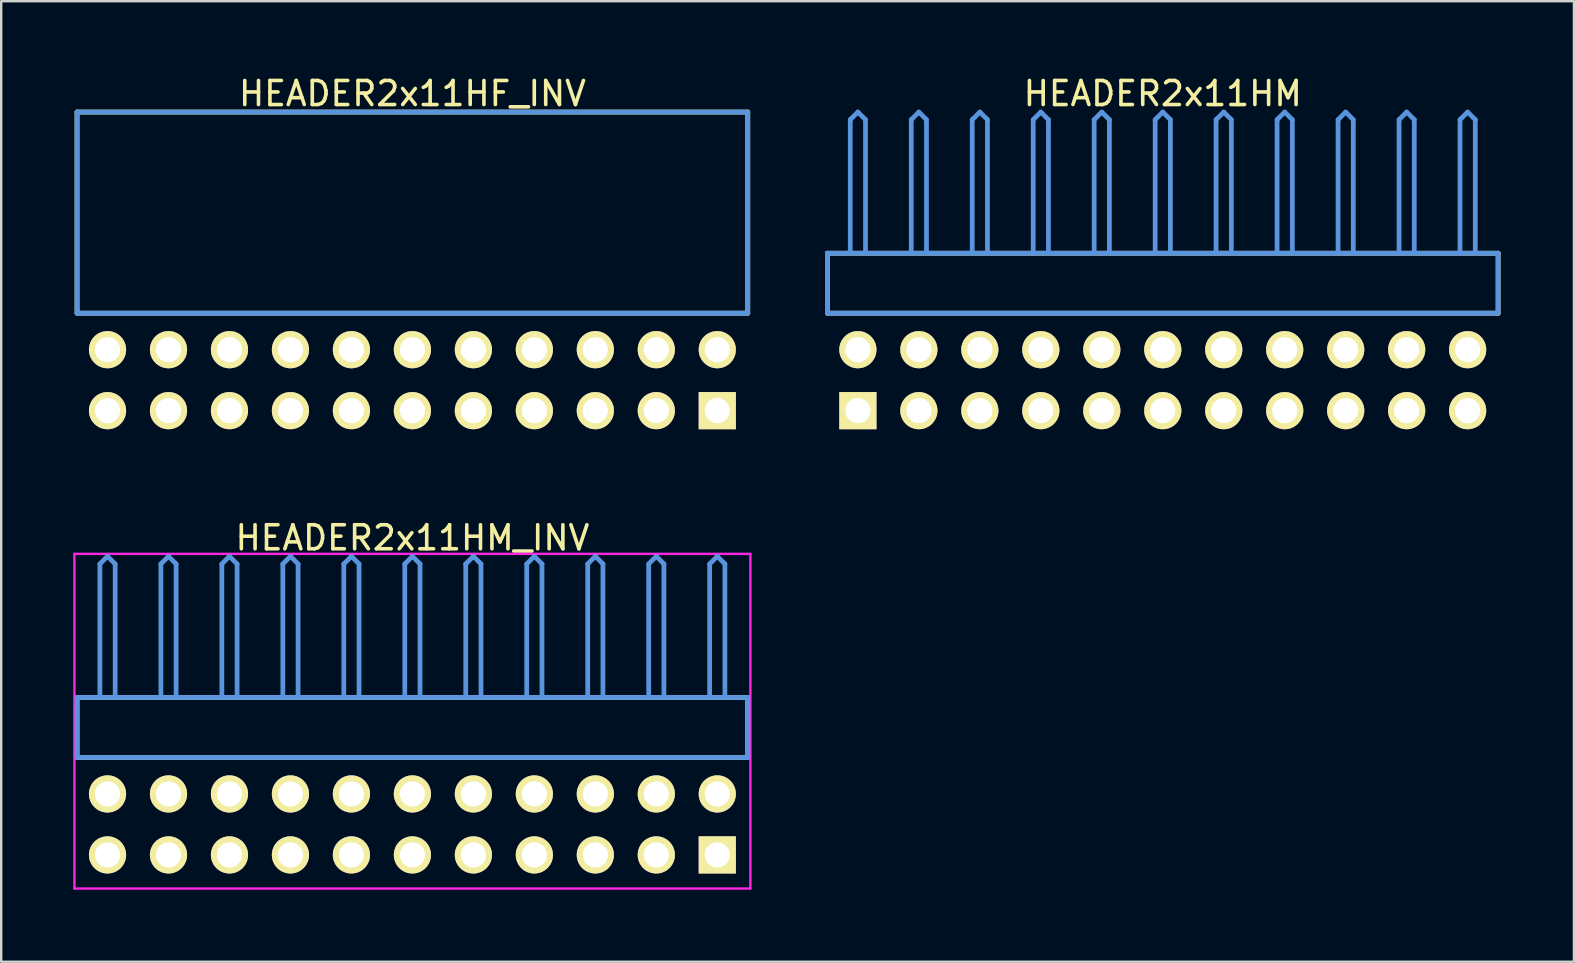
<source format=kicad_pcb>
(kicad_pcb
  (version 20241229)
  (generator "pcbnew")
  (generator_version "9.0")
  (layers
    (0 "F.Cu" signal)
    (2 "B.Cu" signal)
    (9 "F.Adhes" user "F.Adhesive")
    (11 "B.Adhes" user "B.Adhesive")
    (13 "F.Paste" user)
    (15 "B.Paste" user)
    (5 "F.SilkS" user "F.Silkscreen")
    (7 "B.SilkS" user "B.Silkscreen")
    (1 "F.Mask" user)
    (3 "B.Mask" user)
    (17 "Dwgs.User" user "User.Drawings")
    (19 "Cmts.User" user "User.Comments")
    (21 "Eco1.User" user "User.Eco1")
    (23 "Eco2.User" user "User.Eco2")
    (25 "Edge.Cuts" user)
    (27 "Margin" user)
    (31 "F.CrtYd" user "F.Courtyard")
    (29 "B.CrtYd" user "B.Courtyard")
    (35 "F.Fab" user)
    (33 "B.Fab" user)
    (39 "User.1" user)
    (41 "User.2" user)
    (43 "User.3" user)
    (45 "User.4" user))
  (footprint "HEADER2x11HM"
    (layer "F.Cu")
    (at 32.686 14.056)
    (property "Reference" "HEADER2x11HM" (at 12.7 -13.208 0) (layer "F.SilkS") (effects (font (size 1.001 1.001) (thickness 0.15))))
    (attr through_hole)
    (fp_line (start -1.27 -6.558) (end -1.27 -4.059) (stroke (width 0.198) (type solid)) (layer "F.SilkS"))
    (fp_line (start -1.27 -4.059) (end 26.67 -4.059) (stroke (width 0.198) (type solid)) (layer "F.SilkS"))
    (fp_line (start 26.67 -6.558) (end -1.27 -6.558) (stroke (width 0.198) (type solid)) (layer "F.SilkS"))
    (fp_line (start 26.67 -4.059) (end 26.67 -6.558) (stroke (width 0.198) (type solid)) (layer "F.SilkS"))
    (fp_line (start -1.27 -6.558) (end -1.27 -4.059) (stroke (width 0.198) (type solid)) (layer "Cmts.User"))
    (fp_line (start -1.27 -4.059) (end 26.67 -4.059) (stroke (width 0.198) (type solid)) (layer "Cmts.User"))
    (fp_line (start -0.318 -12.121) (end 0 -12.438) (stroke (width 0.198) (type solid)) (layer "Cmts.User"))
    (fp_line (start -0.318 -6.599) (end -0.318 -12.121) (stroke (width 0.198) (type solid)) (layer "Cmts.User"))
    (fp_line (start 0.318 -12.121) (end 0 -12.438) (stroke (width 0.198) (type solid)) (layer "Cmts.User"))
    (fp_line (start 0.318 -6.599) (end 0.318 -12.121) (stroke (width 0.198) (type solid)) (layer "Cmts.User"))
    (fp_line (start 2.223 -12.121) (end 2.54 -12.438) (stroke (width 0.198) (type solid)) (layer "Cmts.User"))
    (fp_line (start 2.223 -6.599) (end 2.223 -12.121) (stroke (width 0.198) (type solid)) (layer "Cmts.User"))
    (fp_line (start 2.857 -12.121) (end 2.54 -12.438) (stroke (width 0.198) (type solid)) (layer "Cmts.User"))
    (fp_line (start 2.857 -6.599) (end 2.857 -12.121) (stroke (width 0.198) (type solid)) (layer "Cmts.User"))
    (fp_line (start 4.763 -12.121) (end 5.08 -12.438) (stroke (width 0.198) (type solid)) (layer "Cmts.User"))
    (fp_line (start 4.763 -6.599) (end 4.763 -12.121) (stroke (width 0.198) (type solid)) (layer "Cmts.User"))
    (fp_line (start 5.397 -12.121) (end 5.08 -12.438) (stroke (width 0.198) (type solid)) (layer "Cmts.User"))
    (fp_line (start 5.397 -6.599) (end 5.397 -12.121) (stroke (width 0.198) (type solid)) (layer "Cmts.User"))
    (fp_line (start 7.303 -12.121) (end 7.62 -12.438) (stroke (width 0.198) (type solid)) (layer "Cmts.User"))
    (fp_line (start 7.303 -6.599) (end 7.303 -12.121) (stroke (width 0.198) (type solid)) (layer "Cmts.User"))
    (fp_line (start 7.938 -12.121) (end 7.62 -12.438) (stroke (width 0.198) (type solid)) (layer "Cmts.User"))
    (fp_line (start 7.938 -6.599) (end 7.938 -12.121) (stroke (width 0.198) (type solid)) (layer "Cmts.User"))
    (fp_line (start 9.842 -12.121) (end 10.16 -12.438) (stroke (width 0.198) (type solid)) (layer "Cmts.User"))
    (fp_line (start 9.842 -6.599) (end 9.842 -12.121) (stroke (width 0.198) (type solid)) (layer "Cmts.User"))
    (fp_line (start 10.477 -12.121) (end 10.16 -12.438) (stroke (width 0.198) (type solid)) (layer "Cmts.User"))
    (fp_line (start 10.477 -6.599) (end 10.477 -12.121) (stroke (width 0.198) (type solid)) (layer "Cmts.User"))
    (fp_line (start 12.383 -12.121) (end 12.7 -12.438) (stroke (width 0.198) (type solid)) (layer "Cmts.User"))
    (fp_line (start 12.383 -6.599) (end 12.383 -12.121) (stroke (width 0.198) (type solid)) (layer "Cmts.User"))
    (fp_line (start 13.018 -12.121) (end 12.7 -12.438) (stroke (width 0.198) (type solid)) (layer "Cmts.User"))
    (fp_line (start 13.018 -6.599) (end 13.018 -12.121) (stroke (width 0.198) (type solid)) (layer "Cmts.User"))
    (fp_line (start 14.922 -12.121) (end 15.24 -12.438) (stroke (width 0.198) (type solid)) (layer "Cmts.User"))
    (fp_line (start 14.922 -6.599) (end 14.922 -12.121) (stroke (width 0.198) (type solid)) (layer "Cmts.User"))
    (fp_line (start 15.557 -12.121) (end 15.24 -12.438) (stroke (width 0.198) (type solid)) (layer "Cmts.User"))
    (fp_line (start 15.557 -6.599) (end 15.557 -12.121) (stroke (width 0.198) (type solid)) (layer "Cmts.User"))
    (fp_line (start 17.462 -12.121) (end 17.78 -12.438) (stroke (width 0.198) (type solid)) (layer "Cmts.User"))
    (fp_line (start 17.462 -6.599) (end 17.462 -12.121) (stroke (width 0.198) (type solid)) (layer "Cmts.User"))
    (fp_line (start 18.098 -12.121) (end 17.78 -12.438) (stroke (width 0.198) (type solid)) (layer "Cmts.User"))
    (fp_line (start 18.098 -6.599) (end 18.098 -12.121) (stroke (width 0.198) (type solid)) (layer "Cmts.User"))
    (fp_line (start 20.003 -12.121) (end 20.32 -12.438) (stroke (width 0.198) (type solid)) (layer "Cmts.User"))
    (fp_line (start 20.003 -6.599) (end 20.003 -12.121) (stroke (width 0.198) (type solid)) (layer "Cmts.User"))
    (fp_line (start 20.637 -12.121) (end 20.32 -12.438) (stroke (width 0.198) (type solid)) (layer "Cmts.User"))
    (fp_line (start 20.637 -6.599) (end 20.637 -12.121) (stroke (width 0.198) (type solid)) (layer "Cmts.User"))
    (fp_line (start 22.543 -12.121) (end 22.86 -12.438) (stroke (width 0.198) (type solid)) (layer "Cmts.User"))
    (fp_line (start 22.543 -6.599) (end 22.543 -12.121) (stroke (width 0.198) (type solid)) (layer "Cmts.User"))
    (fp_line (start 23.177 -12.121) (end 22.86 -12.438) (stroke (width 0.198) (type solid)) (layer "Cmts.User"))
    (fp_line (start 23.177 -6.599) (end 23.177 -12.121) (stroke (width 0.198) (type solid)) (layer "Cmts.User"))
    (fp_line (start 25.082 -12.121) (end 25.4 -12.438) (stroke (width 0.198) (type solid)) (layer "Cmts.User"))
    (fp_line (start 25.082 -6.599) (end 25.082 -12.121) (stroke (width 0.198) (type solid)) (layer "Cmts.User"))
    (fp_line (start 25.718 -12.121) (end 25.4 -12.438) (stroke (width 0.198) (type solid)) (layer "Cmts.User"))
    (fp_line (start 25.718 -6.599) (end 25.718 -12.121) (stroke (width 0.198) (type solid)) (layer "Cmts.User"))
    (fp_line (start 26.67 -6.558) (end -1.27 -6.558) (stroke (width 0.198) (type solid)) (layer "Cmts.User"))
    (fp_line (start 26.67 -4.059) (end 26.67 -6.558) (stroke (width 0.198) (type solid)) (layer "Cmts.User"))
    (fp_line (start -1.379 -12.54) (end 26.779 -12.54) (stroke (width 0.099) (type solid)) (layer "Eco1.User"))
    (fp_line (start -1.379 1.4) (end -1.379 -12.54) (stroke (width 0.099) (type solid)) (layer "Eco1.User"))
    (fp_line (start 26.779 -12.54) (end 26.779 1.4) (stroke (width 0.099) (type solid)) (layer "Eco1.User"))
    (fp_line (start 26.779 1.4) (end -1.379 1.4) (stroke (width 0.099) (type solid)) (layer "Eco1.User"))
    (pad "1" thru_hole rect (at 0 0) (size 1.549 1.549) (drill 1.049) (layers "*.Cu" "*.Mask" "F.SilkS"))
    (pad "2" thru_hole circle (at 0 -2.54) (size 1.549 1.549) (drill 1.049) (layers "*.Cu" "*.Mask" "F.SilkS"))
    (pad "3" thru_hole circle (at 2.54 0) (size 1.549 1.549) (drill 1.049) (layers "*.Cu" "*.Mask" "F.SilkS"))
    (pad "4" thru_hole circle (at 2.54 -2.54) (size 1.549 1.549) (drill 1.049) (layers "*.Cu" "*.Mask" "F.SilkS"))
    (pad "5" thru_hole circle (at 5.08 0) (size 1.549 1.549) (drill 1.049) (layers "*.Cu" "*.Mask" "F.SilkS"))
    (pad "6" thru_hole circle (at 5.08 -2.54) (size 1.549 1.549) (drill 1.049) (layers "*.Cu" "*.Mask" "F.SilkS"))
    (pad "7" thru_hole circle (at 7.62 0) (size 1.549 1.549) (drill 1.049) (layers "*.Cu" "*.Mask" "F.SilkS"))
    (pad "8" thru_hole circle (at 7.62 -2.54) (size 1.549 1.549) (drill 1.049) (layers "*.Cu" "*.Mask" "F.SilkS"))
    (pad "9" thru_hole circle (at 10.16 0) (size 1.549 1.549) (drill 1.049) (layers "*.Cu" "*.Mask" "F.SilkS"))
    (pad "10" thru_hole circle (at 10.16 -2.54) (size 1.549 1.549) (drill 1.049) (layers "*.Cu" "*.Mask" "F.SilkS"))
    (pad "11" thru_hole circle (at 12.7 0) (size 1.549 1.549) (drill 1.049) (layers "*.Cu" "*.Mask" "F.SilkS"))
    (pad "12" thru_hole circle (at 12.7 -2.54) (size 1.549 1.549) (drill 1.049) (layers "*.Cu" "*.Mask" "F.SilkS"))
    (pad "13" thru_hole circle (at 15.24 0) (size 1.549 1.549) (drill 1.049) (layers "*.Cu" "*.Mask" "F.SilkS"))
    (pad "14" thru_hole circle (at 15.24 -2.54) (size 1.549 1.549) (drill 1.049) (layers "*.Cu" "*.Mask" "F.SilkS"))
    (pad "15" thru_hole circle (at 17.78 0) (size 1.549 1.549) (drill 1.049) (layers "*.Cu" "*.Mask" "F.SilkS"))
    (pad "16" thru_hole circle (at 17.78 -2.54) (size 1.549 1.549) (drill 1.049) (layers "*.Cu" "*.Mask" "F.SilkS"))
    (pad "17" thru_hole circle (at 20.32 0) (size 1.549 1.549) (drill 1.049) (layers "*.Cu" "*.Mask" "F.SilkS"))
    (pad "18" thru_hole circle (at 20.32 -2.54) (size 1.549 1.549) (drill 1.049) (layers "*.Cu" "*.Mask" "F.SilkS"))
    (pad "19" thru_hole circle (at 22.86 0) (size 1.549 1.549) (drill 1.049) (layers "*.Cu" "*.Mask" "F.SilkS"))
    (pad "20" thru_hole circle (at 22.86 -2.54) (size 1.549 1.549) (drill 1.049) (layers "*.Cu" "*.Mask" "F.SilkS"))
    (pad "21" thru_hole circle (at 25.4 0) (size 1.549 1.549) (drill 1.049) (layers "*.Cu" "*.Mask" "F.SilkS"))
    (pad "22" thru_hole circle (at 25.4 -2.54) (size 1.549 1.549) (drill 1.049) (layers "*.Cu" "*.Mask" "F.SilkS")))
  (footprint "HEADER2x11HM_INV"
    (layer "F.Cu")
    (at 1.429 32.562)
    (property "Reference" "HEADER2x11HM_INV" (at 12.7 -13.208 0) (layer "F.SilkS") (effects (font (size 1.001 1.001) (thickness 0.15))))
    (attr through_hole)
    (fp_line (start -1.27 -6.558) (end -1.27 -4.059) (stroke (width 0.198) (type solid)) (layer "F.SilkS"))
    (fp_line (start -1.27 -4.059) (end 26.67 -4.059) (stroke (width 0.198) (type solid)) (layer "F.SilkS"))
    (fp_line (start 26.67 -6.558) (end -1.27 -6.558) (stroke (width 0.198) (type solid)) (layer "F.SilkS"))
    (fp_line (start 26.67 -4.059) (end 26.67 -6.558) (stroke (width 0.198) (type solid)) (layer "F.SilkS"))
    (fp_line (start -1.27 -6.558) (end -1.27 -4.059) (stroke (width 0.198) (type solid)) (layer "Cmts.User"))
    (fp_line (start -1.27 -4.059) (end 26.67 -4.059) (stroke (width 0.198) (type solid)) (layer "Cmts.User"))
    (fp_line (start -0.318 -12.121) (end 0 -12.438) (stroke (width 0.198) (type solid)) (layer "Cmts.User"))
    (fp_line (start -0.318 -6.599) (end -0.318 -12.121) (stroke (width 0.198) (type solid)) (layer "Cmts.User"))
    (fp_line (start 0.318 -12.121) (end 0 -12.438) (stroke (width 0.198) (type solid)) (layer "Cmts.User"))
    (fp_line (start 0.318 -6.599) (end 0.318 -12.121) (stroke (width 0.198) (type solid)) (layer "Cmts.User"))
    (fp_line (start 2.223 -12.121) (end 2.54 -12.438) (stroke (width 0.198) (type solid)) (layer "Cmts.User"))
    (fp_line (start 2.223 -6.599) (end 2.223 -12.121) (stroke (width 0.198) (type solid)) (layer "Cmts.User"))
    (fp_line (start 2.857 -12.121) (end 2.54 -12.438) (stroke (width 0.198) (type solid)) (layer "Cmts.User"))
    (fp_line (start 2.857 -6.599) (end 2.857 -12.121) (stroke (width 0.198) (type solid)) (layer "Cmts.User"))
    (fp_line (start 4.763 -12.121) (end 5.08 -12.438) (stroke (width 0.198) (type solid)) (layer "Cmts.User"))
    (fp_line (start 4.763 -6.599) (end 4.763 -12.121) (stroke (width 0.198) (type solid)) (layer "Cmts.User"))
    (fp_line (start 5.397 -12.121) (end 5.08 -12.438) (stroke (width 0.198) (type solid)) (layer "Cmts.User"))
    (fp_line (start 5.397 -6.599) (end 5.397 -12.121) (stroke (width 0.198) (type solid)) (layer "Cmts.User"))
    (fp_line (start 7.303 -12.121) (end 7.62 -12.438) (stroke (width 0.198) (type solid)) (layer "Cmts.User"))
    (fp_line (start 7.303 -6.599) (end 7.303 -12.121) (stroke (width 0.198) (type solid)) (layer "Cmts.User"))
    (fp_line (start 7.938 -12.121) (end 7.62 -12.438) (stroke (width 0.198) (type solid)) (layer "Cmts.User"))
    (fp_line (start 7.938 -6.599) (end 7.938 -12.121) (stroke (width 0.198) (type solid)) (layer "Cmts.User"))
    (fp_line (start 9.842 -12.121) (end 10.16 -12.438) (stroke (width 0.198) (type solid)) (layer "Cmts.User"))
    (fp_line (start 9.842 -6.599) (end 9.842 -12.121) (stroke (width 0.198) (type solid)) (layer "Cmts.User"))
    (fp_line (start 10.477 -12.121) (end 10.16 -12.438) (stroke (width 0.198) (type solid)) (layer "Cmts.User"))
    (fp_line (start 10.477 -6.599) (end 10.477 -12.121) (stroke (width 0.198) (type solid)) (layer "Cmts.User"))
    (fp_line (start 12.383 -12.121) (end 12.7 -12.438) (stroke (width 0.198) (type solid)) (layer "Cmts.User"))
    (fp_line (start 12.383 -6.599) (end 12.383 -12.121) (stroke (width 0.198) (type solid)) (layer "Cmts.User"))
    (fp_line (start 13.018 -12.121) (end 12.7 -12.438) (stroke (width 0.198) (type solid)) (layer "Cmts.User"))
    (fp_line (start 13.018 -6.599) (end 13.018 -12.121) (stroke (width 0.198) (type solid)) (layer "Cmts.User"))
    (fp_line (start 14.922 -12.121) (end 15.24 -12.438) (stroke (width 0.198) (type solid)) (layer "Cmts.User"))
    (fp_line (start 14.922 -6.599) (end 14.922 -12.121) (stroke (width 0.198) (type solid)) (layer "Cmts.User"))
    (fp_line (start 15.557 -12.121) (end 15.24 -12.438) (stroke (width 0.198) (type solid)) (layer "Cmts.User"))
    (fp_line (start 15.557 -6.599) (end 15.557 -12.121) (stroke (width 0.198) (type solid)) (layer "Cmts.User"))
    (fp_line (start 17.462 -12.121) (end 17.78 -12.438) (stroke (width 0.198) (type solid)) (layer "Cmts.User"))
    (fp_line (start 17.462 -6.599) (end 17.462 -12.121) (stroke (width 0.198) (type solid)) (layer "Cmts.User"))
    (fp_line (start 18.098 -12.121) (end 17.78 -12.438) (stroke (width 0.198) (type solid)) (layer "Cmts.User"))
    (fp_line (start 18.098 -6.599) (end 18.098 -12.121) (stroke (width 0.198) (type solid)) (layer "Cmts.User"))
    (fp_line (start 20.003 -12.121) (end 20.32 -12.438) (stroke (width 0.198) (type solid)) (layer "Cmts.User"))
    (fp_line (start 20.003 -6.599) (end 20.003 -12.121) (stroke (width 0.198) (type solid)) (layer "Cmts.User"))
    (fp_line (start 20.637 -12.121) (end 20.32 -12.438) (stroke (width 0.198) (type solid)) (layer "Cmts.User"))
    (fp_line (start 20.637 -6.599) (end 20.637 -12.121) (stroke (width 0.198) (type solid)) (layer "Cmts.User"))
    (fp_line (start 22.543 -12.121) (end 22.86 -12.438) (stroke (width 0.198) (type solid)) (layer "Cmts.User"))
    (fp_line (start 22.543 -6.599) (end 22.543 -12.121) (stroke (width 0.198) (type solid)) (layer "Cmts.User"))
    (fp_line (start 23.177 -12.121) (end 22.86 -12.438) (stroke (width 0.198) (type solid)) (layer "Cmts.User"))
    (fp_line (start 23.177 -6.599) (end 23.177 -12.121) (stroke (width 0.198) (type solid)) (layer "Cmts.User"))
    (fp_line (start 25.082 -12.121) (end 25.4 -12.438) (stroke (width 0.198) (type solid)) (layer "Cmts.User"))
    (fp_line (start 25.082 -6.599) (end 25.082 -12.121) (stroke (width 0.198) (type solid)) (layer "Cmts.User"))
    (fp_line (start 25.718 -12.121) (end 25.4 -12.438) (stroke (width 0.198) (type solid)) (layer "Cmts.User"))
    (fp_line (start 25.718 -6.599) (end 25.718 -12.121) (stroke (width 0.198) (type solid)) (layer "Cmts.User"))
    (fp_line (start 26.67 -6.558) (end -1.27 -6.558) (stroke (width 0.198) (type solid)) (layer "Cmts.User"))
    (fp_line (start 26.67 -4.059) (end 26.67 -6.558) (stroke (width 0.198) (type solid)) (layer "Cmts.User"))
    (fp_line (start -1.379 -12.54) (end 26.779 -12.54) (stroke (width 0.099) (type solid)) (layer "F.CrtYd"))
    (fp_line (start -1.379 1.4) (end -1.379 -12.54) (stroke (width 0.099) (type solid)) (layer "F.CrtYd"))
    (fp_line (start 26.779 -12.54) (end 26.779 1.4) (stroke (width 0.099) (type solid)) (layer "F.CrtYd"))
    (fp_line (start 26.779 1.4) (end -1.379 1.4) (stroke (width 0.099) (type solid)) (layer "F.CrtYd"))
    (pad "1" thru_hole rect (at 25.4 0) (size 1.549 1.549) (drill 1.049) (layers "*.Cu" "*.Mask" "F.SilkS"))
    (pad "2" thru_hole circle (at 25.4 -2.54) (size 1.549 1.549) (drill 1.049) (layers "*.Cu" "*.Mask" "F.SilkS"))
    (pad "3" thru_hole circle (at 22.86 0) (size 1.549 1.549) (drill 1.049) (layers "*.Cu" "*.Mask" "F.SilkS"))
    (pad "4" thru_hole circle (at 22.86 -2.54) (size 1.549 1.549) (drill 1.049) (layers "*.Cu" "*.Mask" "F.SilkS"))
    (pad "5" thru_hole circle (at 20.32 0) (size 1.549 1.549) (drill 1.049) (layers "*.Cu" "*.Mask" "F.SilkS"))
    (pad "6" thru_hole circle (at 20.32 -2.54) (size 1.549 1.549) (drill 1.049) (layers "*.Cu" "*.Mask" "F.SilkS"))
    (pad "7" thru_hole circle (at 17.78 0) (size 1.549 1.549) (drill 1.049) (layers "*.Cu" "*.Mask" "F.SilkS"))
    (pad "8" thru_hole circle (at 17.78 -2.54) (size 1.549 1.549) (drill 1.049) (layers "*.Cu" "*.Mask" "F.SilkS"))
    (pad "9" thru_hole circle (at 15.24 0) (size 1.549 1.549) (drill 1.049) (layers "*.Cu" "*.Mask" "F.SilkS"))
    (pad "10" thru_hole circle (at 15.24 -2.54) (size 1.549 1.549) (drill 1.049) (layers "*.Cu" "*.Mask" "F.SilkS"))
    (pad "11" thru_hole circle (at 12.7 0) (size 1.549 1.549) (drill 1.049) (layers "*.Cu" "*.Mask" "F.SilkS"))
    (pad "12" thru_hole circle (at 12.7 -2.54) (size 1.549 1.549) (drill 1.049) (layers "*.Cu" "*.Mask" "F.SilkS"))
    (pad "13" thru_hole circle (at 10.16 0) (size 1.549 1.549) (drill 1.049) (layers "*.Cu" "*.Mask" "F.SilkS"))
    (pad "14" thru_hole circle (at 10.16 -2.54) (size 1.549 1.549) (drill 1.049) (layers "*.Cu" "*.Mask" "F.SilkS"))
    (pad "15" thru_hole circle (at 7.62 0) (size 1.549 1.549) (drill 1.049) (layers "*.Cu" "*.Mask" "F.SilkS"))
    (pad "16" thru_hole circle (at 7.62 -2.54) (size 1.549 1.549) (drill 1.049) (layers "*.Cu" "*.Mask" "F.SilkS"))
    (pad "17" thru_hole circle (at 5.08 0) (size 1.549 1.549) (drill 1.049) (layers "*.Cu" "*.Mask" "F.SilkS"))
    (pad "18" thru_hole circle (at 5.08 -2.54) (size 1.549 1.549) (drill 1.049) (layers "*.Cu" "*.Mask" "F.SilkS"))
    (pad "19" thru_hole circle (at 2.54 0) (size 1.549 1.549) (drill 1.049) (layers "*.Cu" "*.Mask" "F.SilkS"))
    (pad "20" thru_hole circle (at 2.54 -2.54) (size 1.549 1.549) (drill 1.049) (layers "*.Cu" "*.Mask" "F.SilkS"))
    (pad "21" thru_hole circle (at 0 0) (size 1.549 1.549) (drill 1.049) (layers "*.Cu" "*.Mask" "F.SilkS"))
    (pad "22" thru_hole circle (at 0 -2.54) (size 1.549 1.549) (drill 1.049) (layers "*.Cu" "*.Mask" "F.SilkS")))
  (footprint "HEADER2x11HF_INV"
    (layer "F.Cu")
    (at 1.429 14.056)
    (property "Reference" "HEADER2x11HF_INV" (at 12.7 -13.208 0) (layer "F.SilkS") (effects (font (size 1.001 1.001) (thickness 0.15))))
    (attr through_hole)
    (fp_line (start -1.27 -12.438) (end -1.27 -4.059) (stroke (width 0.198) (type solid)) (layer "F.SilkS"))
    (fp_line (start -1.27 -4.059) (end 26.67 -4.059) (stroke (width 0.198) (type solid)) (layer "F.SilkS"))
    (fp_line (start 26.67 -12.438) (end -1.27 -12.438) (stroke (width 0.198) (type solid)) (layer "F.SilkS"))
    (fp_line (start 26.67 -4.059) (end 26.67 -12.438) (stroke (width 0.198) (type solid)) (layer "F.SilkS"))
    (fp_line (start -1.27 -12.438) (end -1.27 -4.059) (stroke (width 0.198) (type solid)) (layer "Cmts.User"))
    (fp_line (start -1.27 -4.059) (end 26.67 -4.059) (stroke (width 0.198) (type solid)) (layer "Cmts.User"))
    (fp_line (start 26.67 -12.438) (end -1.27 -12.438) (stroke (width 0.198) (type solid)) (layer "Cmts.User"))
    (fp_line (start 26.67 -4.059) (end 26.67 -12.438) (stroke (width 0.198) (type solid)) (layer "Cmts.User"))
    (fp_line (start -1.379 -12.54) (end 26.779 -12.54) (stroke (width 0.099) (type solid)) (layer "Eco1.User"))
    (fp_line (start -1.379 1.4) (end -1.379 -12.54) (stroke (width 0.099) (type solid)) (layer "Eco1.User"))
    (fp_line (start 26.779 -12.54) (end 26.779 1.4) (stroke (width 0.099) (type solid)) (layer "Eco1.User"))
    (fp_line (start 26.779 1.4) (end -1.379 1.4) (stroke (width 0.099) (type solid)) (layer "Eco1.User"))
    (pad "1" thru_hole rect (at 25.4 0) (size 1.549 1.549) (drill 1.049) (layers "*.Cu" "*.Mask" "F.SilkS"))
    (pad "2" thru_hole circle (at 25.4 -2.54) (size 1.549 1.549) (drill 1.049) (layers "*.Cu" "*.Mask" "F.SilkS"))
    (pad "3" thru_hole circle (at 22.86 0) (size 1.549 1.549) (drill 1.049) (layers "*.Cu" "*.Mask" "F.SilkS"))
    (pad "4" thru_hole circle (at 22.86 -2.54) (size 1.549 1.549) (drill 1.049) (layers "*.Cu" "*.Mask" "F.SilkS"))
    (pad "5" thru_hole circle (at 20.32 0) (size 1.549 1.549) (drill 1.049) (layers "*.Cu" "*.Mask" "F.SilkS"))
    (pad "6" thru_hole circle (at 20.32 -2.54) (size 1.549 1.549) (drill 1.049) (layers "*.Cu" "*.Mask" "F.SilkS"))
    (pad "7" thru_hole circle (at 17.78 0) (size 1.549 1.549) (drill 1.049) (layers "*.Cu" "*.Mask" "F.SilkS"))
    (pad "8" thru_hole circle (at 17.78 -2.54) (size 1.549 1.549) (drill 1.049) (layers "*.Cu" "*.Mask" "F.SilkS"))
    (pad "9" thru_hole circle (at 15.24 0) (size 1.549 1.549) (drill 1.049) (layers "*.Cu" "*.Mask" "F.SilkS"))
    (pad "10" thru_hole circle (at 15.24 -2.54) (size 1.549 1.549) (drill 1.049) (layers "*.Cu" "*.Mask" "F.SilkS"))
    (pad "11" thru_hole circle (at 12.7 0) (size 1.549 1.549) (drill 1.049) (layers "*.Cu" "*.Mask" "F.SilkS"))
    (pad "12" thru_hole circle (at 12.7 -2.54) (size 1.549 1.549) (drill 1.049) (layers "*.Cu" "*.Mask" "F.SilkS"))
    (pad "13" thru_hole circle (at 10.16 0) (size 1.549 1.549) (drill 1.049) (layers "*.Cu" "*.Mask" "F.SilkS"))
    (pad "14" thru_hole circle (at 10.16 -2.54) (size 1.549 1.549) (drill 1.049) (layers "*.Cu" "*.Mask" "F.SilkS"))
    (pad "15" thru_hole circle (at 7.62 0) (size 1.549 1.549) (drill 1.049) (layers "*.Cu" "*.Mask" "F.SilkS"))
    (pad "16" thru_hole circle (at 7.62 -2.54) (size 1.549 1.549) (drill 1.049) (layers "*.Cu" "*.Mask" "F.SilkS"))
    (pad "17" thru_hole circle (at 5.08 0) (size 1.549 1.549) (drill 1.049) (layers "*.Cu" "*.Mask" "F.SilkS"))
    (pad "18" thru_hole circle (at 5.08 -2.54) (size 1.549 1.549) (drill 1.049) (layers "*.Cu" "*.Mask" "F.SilkS"))
    (pad "19" thru_hole circle (at 2.54 0) (size 1.549 1.549) (drill 1.049) (layers "*.Cu" "*.Mask" "F.SilkS"))
    (pad "20" thru_hole circle (at 2.54 -2.54) (size 1.549 1.549) (drill 1.049) (layers "*.Cu" "*.Mask" "F.SilkS"))
    (pad "21" thru_hole circle (at 0 0) (size 1.549 1.549) (drill 1.049) (layers "*.Cu" "*.Mask" "F.SilkS"))
    (pad "22" thru_hole circle (at 0 -2.54) (size 1.549 1.549) (drill 1.049) (layers "*.Cu" "*.Mask" "F.SilkS")))
  (gr_rect
    (start -3 -3)
    (end 62.515 37.011)
    (stroke (width 0.1) (type default))
    (fill no)
    (layer "Edge.Cuts")))
</source>
